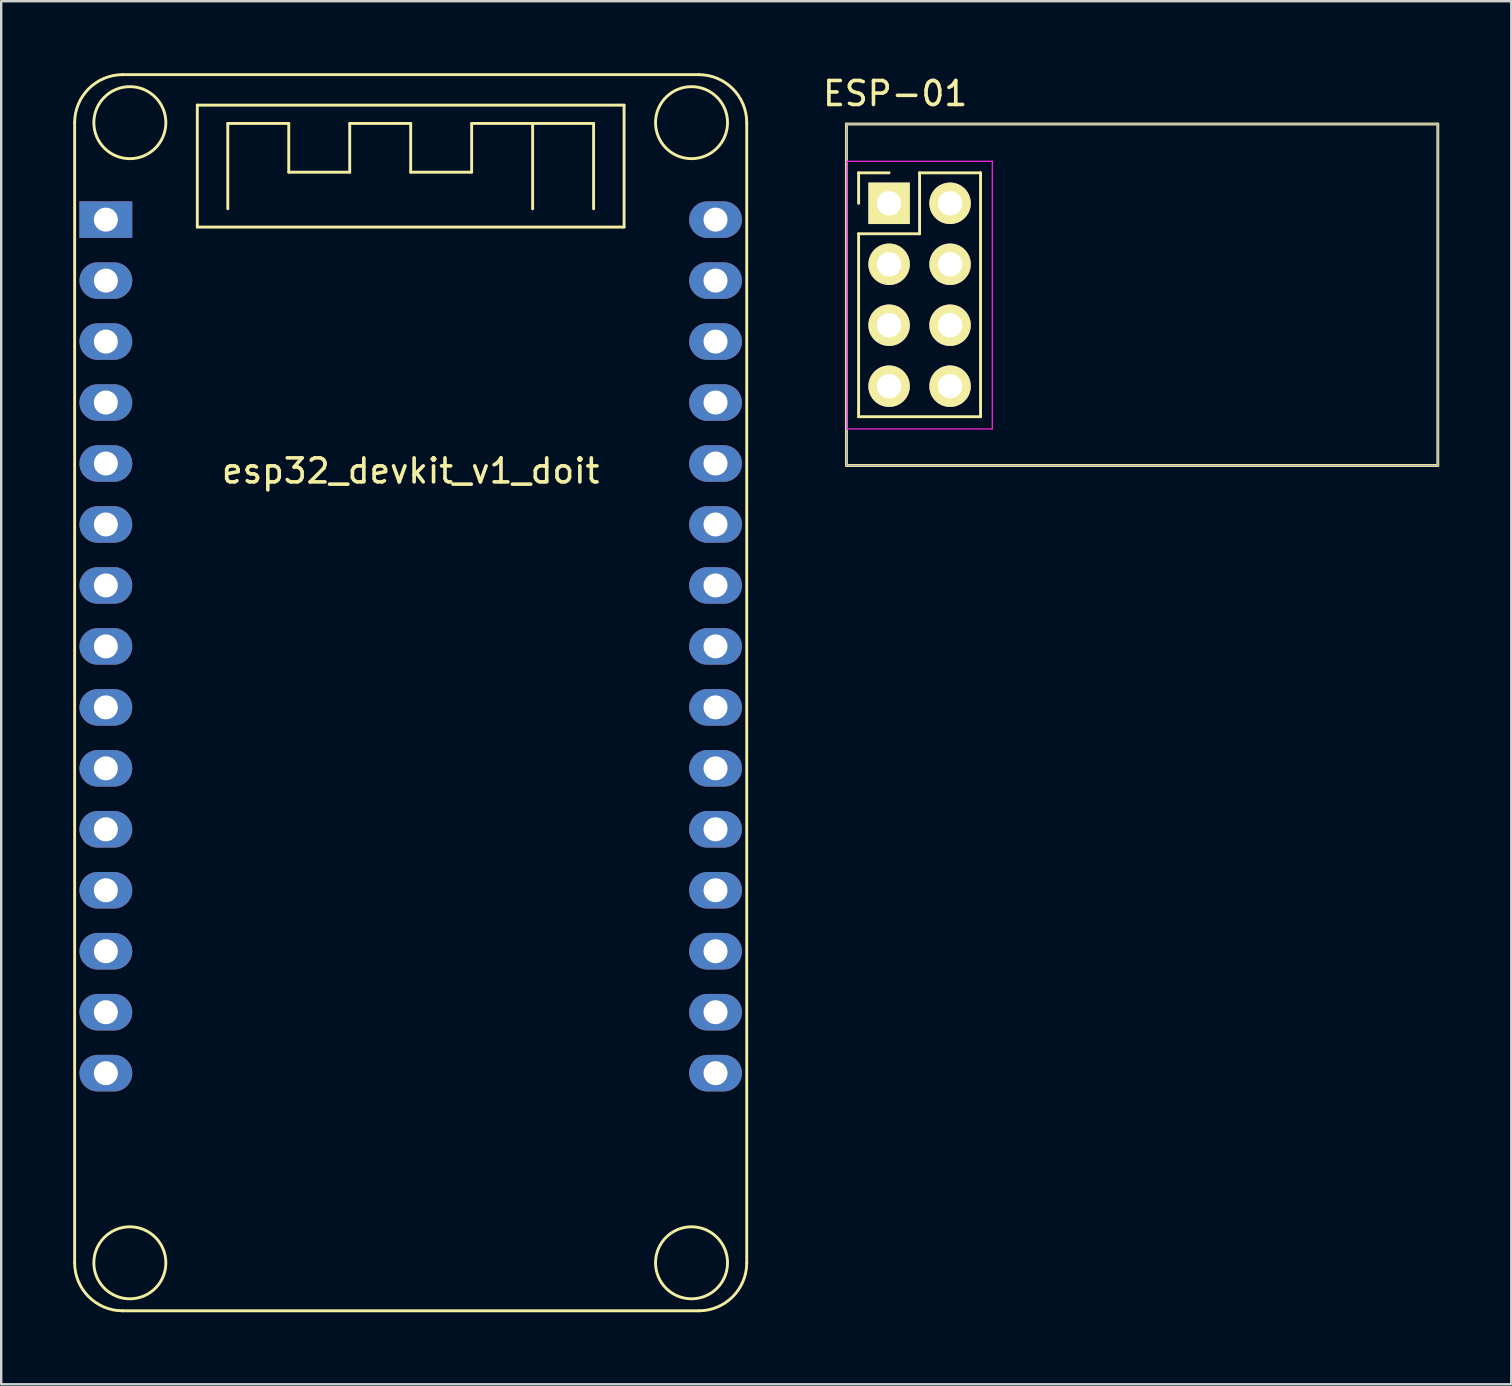
<source format=kicad_pcb>
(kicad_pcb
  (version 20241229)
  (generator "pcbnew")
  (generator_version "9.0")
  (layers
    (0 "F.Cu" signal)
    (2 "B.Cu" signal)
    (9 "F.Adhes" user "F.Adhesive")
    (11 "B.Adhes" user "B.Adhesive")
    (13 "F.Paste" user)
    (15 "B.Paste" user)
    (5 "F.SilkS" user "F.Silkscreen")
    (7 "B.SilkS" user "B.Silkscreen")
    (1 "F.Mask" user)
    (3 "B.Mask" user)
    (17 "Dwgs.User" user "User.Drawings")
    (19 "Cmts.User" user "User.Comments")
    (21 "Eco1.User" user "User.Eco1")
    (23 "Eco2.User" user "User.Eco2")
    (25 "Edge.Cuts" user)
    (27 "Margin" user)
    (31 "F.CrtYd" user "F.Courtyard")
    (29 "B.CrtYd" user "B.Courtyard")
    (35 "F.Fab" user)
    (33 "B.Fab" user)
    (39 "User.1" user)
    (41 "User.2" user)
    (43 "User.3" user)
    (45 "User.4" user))
  (footprint "ESP-01"
    (layer "F.Cu")
    (at 33.991 5.42)
    (property "Reference" "ESP-01" (at 0.254 -4.572 0) (layer "F.SilkS") (effects (font (size 1 1) (thickness 0.15))))
    (attr through_hole)
    (fp_line (start -1.778 -3.302) (end 22.86 -3.302) (stroke (width 0.12) (type solid)) (layer "F.SilkS"))
    (fp_line (start -1.778 10.922) (end -1.778 -3.302) (stroke (width 0.12) (type solid)) (layer "F.SilkS"))
    (fp_line (start -1.27 -1.27) (end -1.27 0) (stroke (width 0.12) (type solid)) (layer "F.SilkS"))
    (fp_line (start -1.27 1.27) (end -1.27 8.89) (stroke (width 0.12) (type solid)) (layer "F.SilkS"))
    (fp_line (start -1.27 8.89) (end 3.81 8.89) (stroke (width 0.12) (type solid)) (layer "F.SilkS"))
    (fp_line (start 0 -1.27) (end -1.27 -1.27) (stroke (width 0.12) (type solid)) (layer "F.SilkS"))
    (fp_line (start 1.27 -1.27) (end 1.27 1.27) (stroke (width 0.12) (type solid)) (layer "F.SilkS"))
    (fp_line (start 1.27 1.27) (end -1.27 1.27) (stroke (width 0.12) (type solid)) (layer "F.SilkS"))
    (fp_line (start 3.81 -1.27) (end 1.27 -1.27) (stroke (width 0.12) (type solid)) (layer "F.SilkS"))
    (fp_line (start 3.81 8.89) (end 3.81 -1.27) (stroke (width 0.12) (type solid)) (layer "F.SilkS"))
    (fp_line (start 22.86 -3.302) (end 22.86 10.922) (stroke (width 0.12) (type solid)) (layer "F.SilkS"))
    (fp_line (start 22.86 10.922) (end -1.778 10.922) (stroke (width 0.12) (type solid)) (layer "F.SilkS"))
    (fp_line (start -1.75 -1.75) (end -1.75 9.4) (stroke (width 0.05) (type solid)) (layer "F.CrtYd"))
    (fp_line (start -1.75 -1.75) (end 4.3 -1.75) (stroke (width 0.05) (type solid)) (layer "F.CrtYd"))
    (fp_line (start -1.75 9.4) (end 4.3 9.4) (stroke (width 0.05) (type solid)) (layer "F.CrtYd"))
    (fp_line (start 4.3 -1.75) (end 4.3 9.4) (stroke (width 0.05) (type solid)) (layer "F.CrtYd"))
    (fp_line (start -1.778 -3.302) (end 22.86 -3.302) (stroke (width 0.05) (type solid)) (layer "F.Fab"))
    (fp_line (start -1.778 10.922) (end -1.778 -3.302) (stroke (width 0.05) (type solid)) (layer "F.Fab"))
    (fp_line (start 22.86 -3.302) (end 22.86 10.922) (stroke (width 0.05) (type solid)) (layer "F.Fab"))
    (fp_line (start 22.86 10.922) (end -1.778 10.922) (stroke (width 0.05) (type solid)) (layer "F.Fab"))
    (pad "1" thru_hole rect (at 0 0) (size 1.727 1.727) (drill 1.016) (layers "*.Cu" "*.Mask" "F.SilkS"))
    (pad "2" thru_hole oval (at 2.54 0) (size 1.727 1.727) (drill 1.016) (layers "*.Cu" "*.Mask" "F.SilkS"))
    (pad "3" thru_hole oval (at 0 2.54) (size 1.727 1.727) (drill 1.016) (layers "*.Cu" "*.Mask" "F.SilkS"))
    (pad "4" thru_hole oval (at 2.54 2.54) (size 1.727 1.727) (drill 1.016) (layers "*.Cu" "*.Mask" "F.SilkS"))
    (pad "5" thru_hole oval (at 0 5.08) (size 1.727 1.727) (drill 1.016) (layers "*.Cu" "*.Mask" "F.SilkS"))
    (pad "6" thru_hole oval (at 2.54 5.08) (size 1.727 1.727) (drill 1.016) (layers "*.Cu" "*.Mask" "F.SilkS"))
    (pad "7" thru_hole oval (at 0 7.62) (size 1.727 1.727) (drill 1.016) (layers "*.Cu" "*.Mask" "F.SilkS"))
    (pad "8" thru_hole oval (at 2.54 7.62) (size 1.727 1.727) (drill 1.016) (layers "*.Cu" "*.Mask" "F.SilkS")))
  (footprint "esp32_devkit_v1_doit"
    (layer "F.Cu")
    (at 14.06 6.1)
    (property "Reference" "esp32_devkit_v1_doit" (at 0 10.47 0) (layer "F.SilkS") (effects (font (size 1 1) (thickness 0.15))))
    (attr smd)
    (fp_line (start -14 -4.04) (end -14 43.46) (stroke (width 0.12) (type solid)) (layer "F.SilkS"))
    (fp_line (start -12 -6.04) (end 12 -6.04) (stroke (width 0.12) (type solid)) (layer "F.SilkS"))
    (fp_line (start -12 45.46) (end 12 45.46) (stroke (width 0.12) (type solid)) (layer "F.SilkS"))
    (fp_line (start -8.89 -4.77) (end 8.89 -4.77) (stroke (width 0.12) (type solid)) (layer "F.SilkS"))
    (fp_line (start -8.89 0.31) (end -8.89 -4.77) (stroke (width 0.12) (type solid)) (layer "F.SilkS"))
    (fp_line (start -7.62 -4.008) (end -5.08 -4.008) (stroke (width 0.12) (type solid)) (layer "F.SilkS"))
    (fp_line (start -7.62 -0.452) (end -7.62 -4.008) (stroke (width 0.12) (type solid)) (layer "F.SilkS"))
    (fp_line (start -5.08 -4.008) (end -5.08 -1.976) (stroke (width 0.12) (type solid)) (layer "F.SilkS"))
    (fp_line (start -5.08 -1.976) (end -2.54 -1.976) (stroke (width 0.12) (type solid)) (layer "F.SilkS"))
    (fp_line (start -2.54 -4.008) (end 0 -4.008) (stroke (width 0.12) (type solid)) (layer "F.SilkS"))
    (fp_line (start -2.54 -1.976) (end -2.54 -4.008) (stroke (width 0.12) (type solid)) (layer "F.SilkS"))
    (fp_line (start 0 -4.008) (end 0 -1.976) (stroke (width 0.12) (type solid)) (layer "F.SilkS"))
    (fp_line (start 0 -1.976) (end 2.54 -1.976) (stroke (width 0.12) (type solid)) (layer "F.SilkS"))
    (fp_line (start 2.54 -4.008) (end 7.62 -4.008) (stroke (width 0.12) (type solid)) (layer "F.SilkS"))
    (fp_line (start 2.54 -1.976) (end 2.54 -4.008) (stroke (width 0.12) (type solid)) (layer "F.SilkS"))
    (fp_line (start 5.08 -4.008) (end 5.08 -0.452) (stroke (width 0.12) (type solid)) (layer "F.SilkS"))
    (fp_line (start 7.62 -4.008) (end 7.62 -0.452) (stroke (width 0.12) (type solid)) (layer "F.SilkS"))
    (fp_line (start 8.89 -4.77) (end 8.89 0.31) (stroke (width 0.12) (type solid)) (layer "F.SilkS"))
    (fp_line (start 8.89 0.31) (end -8.89 0.31) (stroke (width 0.12) (type solid)) (layer "F.SilkS"))
    (fp_line (start 14 43.46) (end 14 -4.04) (stroke (width 0.12) (type solid)) (layer "F.SilkS"))
    (fp_arc (start -14 -4.04) (mid -13.414214 -5.454214) (end -12 -6.04) (stroke (width 0.12) (type solid)) (layer "F.SilkS"))
    (fp_arc (start -12 45.46) (mid -13.414214 44.874214) (end -14 43.46) (stroke (width 0.12) (type solid)) (layer "F.SilkS"))
    (fp_arc (start 12 -6.04) (mid 13.414214 -5.454214) (end 14 -4.04) (stroke (width 0.12) (type solid)) (layer "F.SilkS"))
    (fp_arc (start 14 43.46) (mid 13.414214 44.874214) (end 12 45.46) (stroke (width 0.12) (type solid)) (layer "F.SilkS"))
    (fp_circle (center -11.7 -4.04) (end -10.2 -4.04) (stroke (width 0.12) (type solid)) (fill no) (layer "F.SilkS"))
    (fp_circle (center -11.7 43.46) (end -10.2 43.46) (stroke (width 0.12) (type solid)) (fill no) (layer "F.SilkS"))
    (fp_circle (center 11.7 -4.04) (end 13.2 -4.04) (stroke (width 0.12) (type solid)) (fill no) (layer "F.SilkS"))
    (fp_circle (center 11.7 43.46) (end 13.2 43.46) (stroke (width 0.12) (type solid)) (fill no) (layer "F.SilkS"))
    (pad "1" thru_hole rect (at -12.7 0) (size 2.2 1.524) (drill 1) (layers "*.Cu" "*.Mask"))
    (pad "2" thru_hole oval (at -12.7 2.54) (size 2.2 1.524) (drill 1) (layers "*.Cu" "*.Mask"))
    (pad "3" thru_hole oval (at -12.7 5.08) (size 2.2 1.524) (drill 1) (layers "*.Cu" "*.Mask"))
    (pad "4" thru_hole oval (at -12.7 7.62) (size 2.2 1.524) (drill 1) (layers "*.Cu" "*.Mask"))
    (pad "5" thru_hole oval (at -12.7 10.16) (size 2.2 1.524) (drill 1) (layers "*.Cu" "*.Mask"))
    (pad "6" thru_hole oval (at -12.7 12.7) (size 2.2 1.524) (drill 1) (layers "*.Cu" "*.Mask"))
    (pad "7" thru_hole oval (at -12.7 15.24) (size 2.2 1.524) (drill 1) (layers "*.Cu" "*.Mask"))
    (pad "8" thru_hole oval (at -12.7 17.78) (size 2.2 1.524) (drill 1) (layers "*.Cu" "*.Mask"))
    (pad "9" thru_hole oval (at -12.7 20.32) (size 2.2 1.524) (drill 1) (layers "*.Cu" "*.Mask"))
    (pad "10" thru_hole oval (at -12.7 22.86) (size 2.2 1.524) (drill 1) (layers "*.Cu" "*.Mask"))
    (pad "11" thru_hole oval (at -12.7 25.4) (size 2.2 1.524) (drill 1) (layers "*.Cu" "*.Mask"))
    (pad "12" thru_hole oval (at -12.7 27.94) (size 2.2 1.524) (drill 1) (layers "*.Cu" "*.Mask"))
    (pad "13" thru_hole oval (at -12.7 30.48) (size 2.2 1.524) (drill 1) (layers "*.Cu" "*.Mask"))
    (pad "14" thru_hole oval (at -12.7 33.02) (size 2.2 1.524) (drill 1) (layers "*.Cu" "*.Mask"))
    (pad "15" thru_hole oval (at -12.7 35.56) (size 2.2 1.524) (drill 1) (layers "*.Cu" "*.Mask"))
    (pad "16" thru_hole oval (at 12.7 35.56) (size 2.2 1.524) (drill 1) (layers "*.Cu" "*.Mask"))
    (pad "17" thru_hole oval (at 12.7 33.02) (size 2.2 1.524) (drill 1) (layers "*.Cu" "*.Mask"))
    (pad "18" thru_hole oval (at 12.7 30.48) (size 2.2 1.524) (drill 1) (layers "*.Cu" "*.Mask"))
    (pad "19" thru_hole oval (at 12.7 27.94) (size 2.2 1.524) (drill 1) (layers "*.Cu" "*.Mask"))
    (pad "20" thru_hole oval (at 12.7 25.4) (size 2.2 1.524) (drill 1) (layers "*.Cu" "*.Mask"))
    (pad "21" thru_hole oval (at 12.7 22.86) (size 2.2 1.524) (drill 1) (layers "*.Cu" "*.Mask"))
    (pad "22" thru_hole oval (at 12.7 20.32) (size 2.2 1.524) (drill 1) (layers "*.Cu" "*.Mask"))
    (pad "23" thru_hole oval (at 12.7 17.78) (size 2.2 1.524) (drill 1) (layers "*.Cu" "*.Mask"))
    (pad "24" thru_hole oval (at 12.7 15.24) (size 2.2 1.524) (drill 1) (layers "*.Cu" "*.Mask"))
    (pad "25" thru_hole oval (at 12.7 12.7) (size 2.2 1.524) (drill 1) (layers "*.Cu" "*.Mask"))
    (pad "26" thru_hole oval (at 12.7 10.16) (size 2.2 1.524) (drill 1) (layers "*.Cu" "*.Mask"))
    (pad "27" thru_hole oval (at 12.7 7.62) (size 2.2 1.524) (drill 1) (layers "*.Cu" "*.Mask"))
    (pad "28" thru_hole oval (at 12.7 5.08) (size 2.2 1.524) (drill 1) (layers "*.Cu" "*.Mask"))
    (pad "29" thru_hole oval (at 12.7 2.54) (size 2.2 1.524) (drill 1) (layers "*.Cu" "*.Mask"))
    (pad "30" thru_hole oval (at 12.7 0) (size 2.2 1.524) (drill 1) (layers "*.Cu" "*.Mask")))
  (gr_rect
    (start -3 -3)
    (end 59.911 54.62)
    (stroke (width 0.1) (type default))
    (fill no)
    (layer "Edge.Cuts")))
</source>
